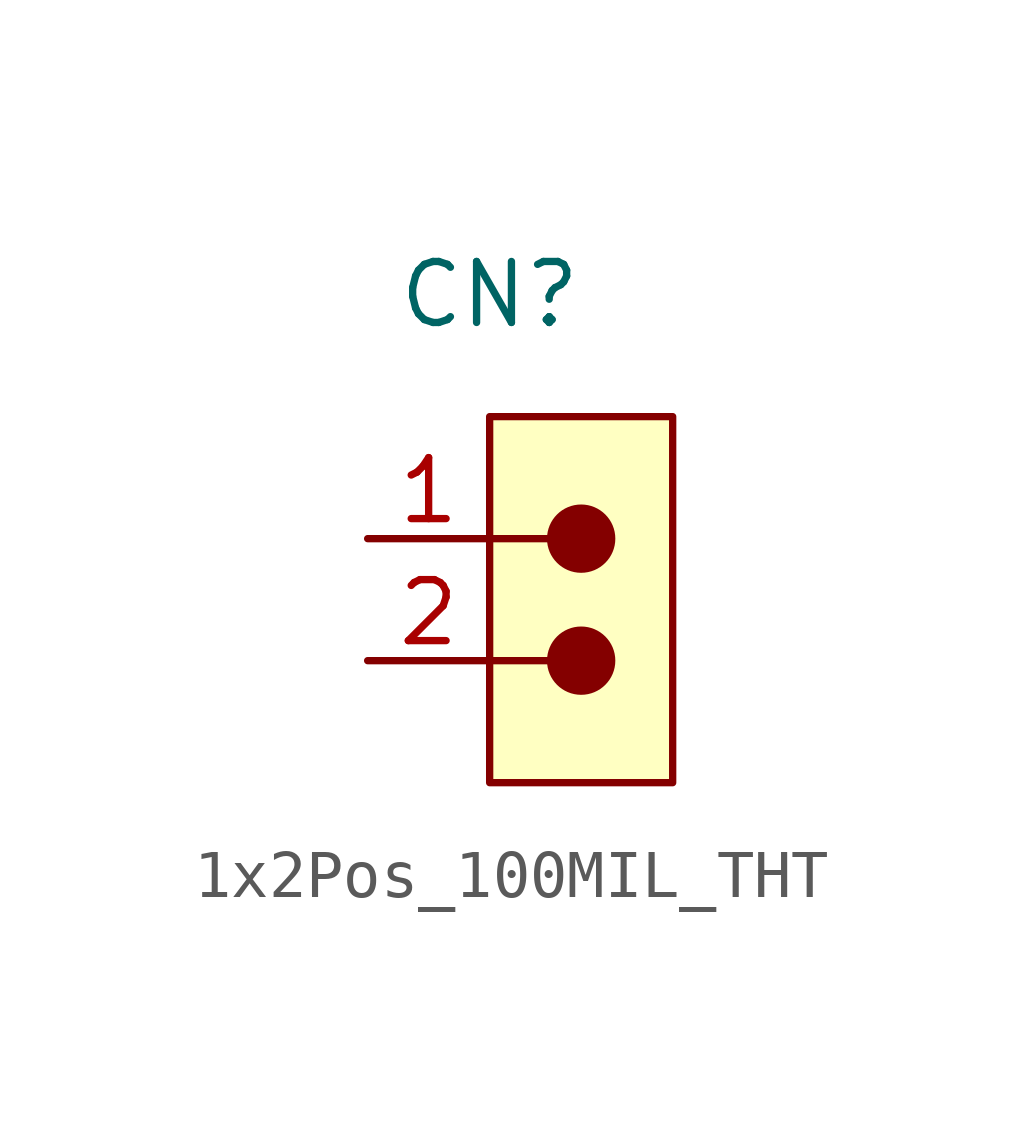
<source format=kicad_sym>
(kicad_symbol_lib
  (version 20211014)
  (generator kicad_symbol_editor)
  (symbol "1x2Pos_100MIL_THT"
    (property "Reference" "CN"
      (at 2.54 5.08 0)
      (effects (font (size 1.27 1.27))))
    (symbol "1x2Pos_100MIL_THT_0_0"
      (pin passive line (at 0 0 0) (length 2.54) (name "PA" (effects (font (size 0 0)))) (number "1" (effects (font (size 1.27 1.27)))) (alternate "B" bidirectional line) (alternate "I" input line) (alternate "NC" no_connect line) (alternate "O" output line) (alternate "PI" power_in line) (alternate "PO" power_out line))
      (pin passive line (at 0 -2.54 0) (length 2.54) (name "PA" (effects (font (size 0 0)))) (number "2" (effects (font (size 1.27 1.27)))) (alternate "B" bidirectional line) (alternate "I" input line) (alternate "NC" no_connect line) (alternate "O" output line) (alternate "PI" power_in line) (alternate "PO" power_out line)))
    (symbol "1x2Pos_100MIL_THT_0_1"
      (polyline (pts (xy 2.54 -2.54) (xy 3.81 -2.54)) (stroke (width 0) (type default) (color 0 0 0 0)) (fill (type none)))
      (polyline (pts (xy 2.54 0) (xy 3.81 0)) (stroke (width 0) (type default) (color 0 0 0 0)) (fill (type none)))
      (rectangle (start 2.54 -5.08) (end 6.35 2.54) (stroke (width 0) (type default) (color 0 0 0 0)) (fill (type background)))
      (circle (center 4.445 -2.54) (radius 0.635) (stroke (width 0) (type default) (color 0 0 0 0)) (fill (type outline)))
      (circle (center 4.445 0) (radius 0.635) (stroke (width 0) (type default) (color 0 0 0 0)) (fill (type outline))))))
</source>
